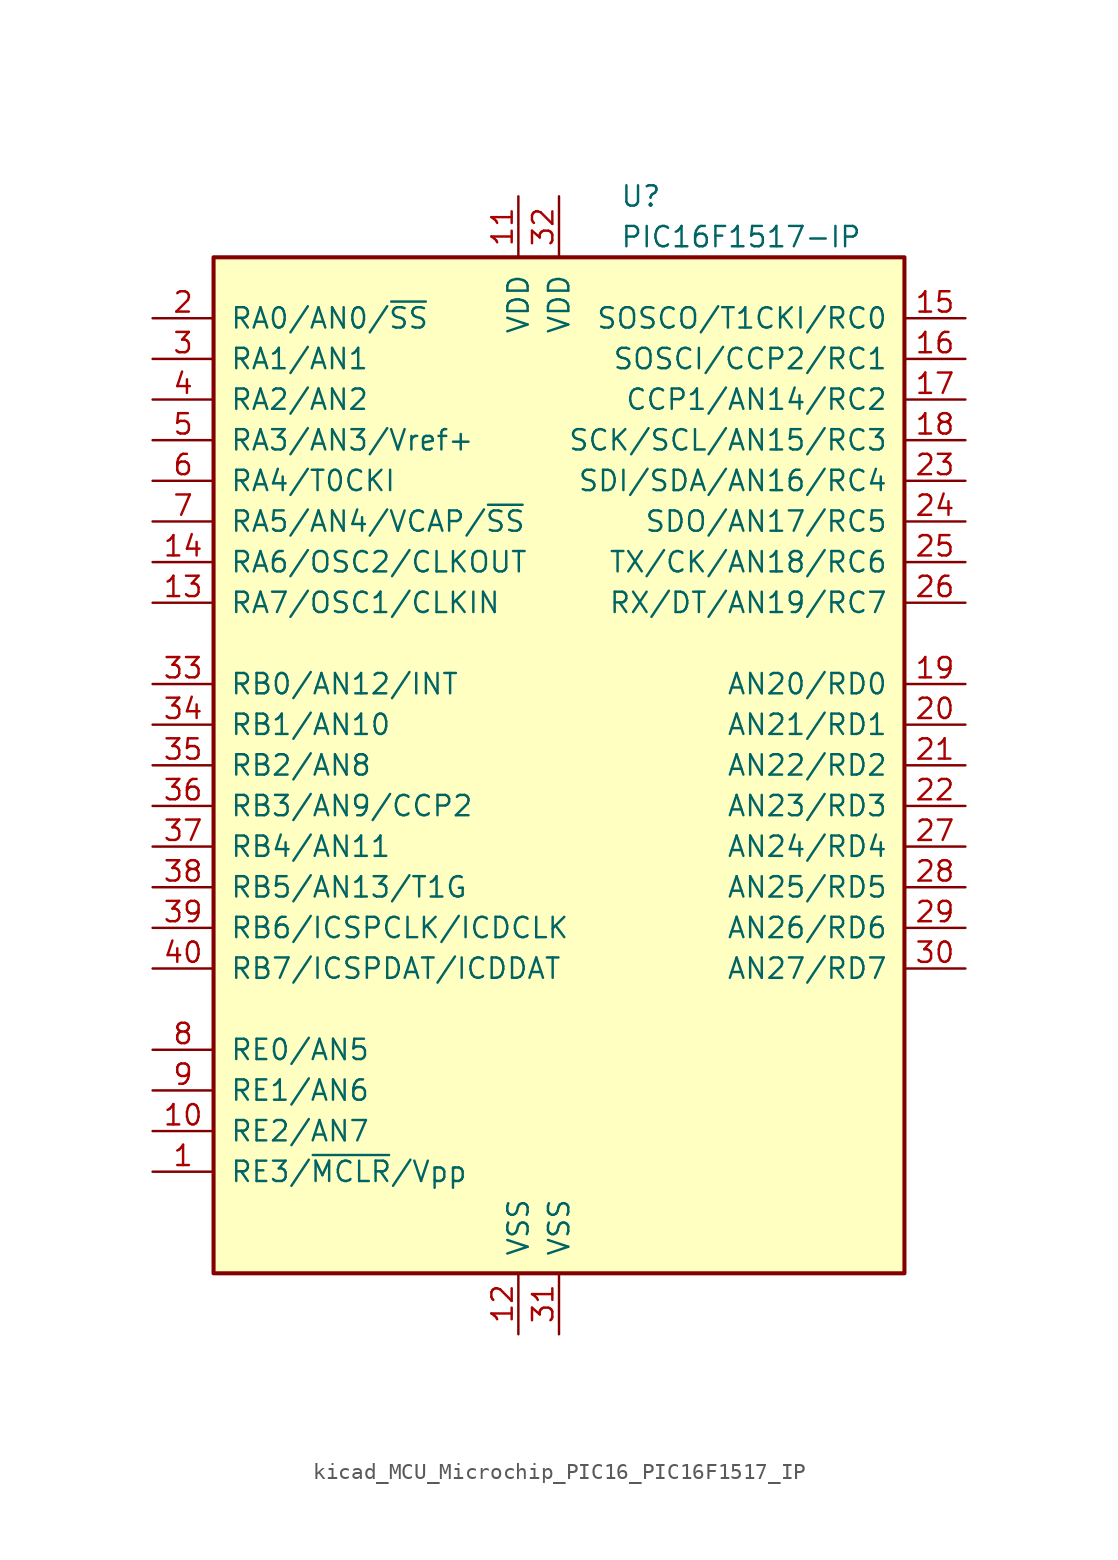
<source format=kicad_sym>
(kicad_symbol_lib
  (version 20220914)
  (generator kicad_symbol_editor)
  (symbol "kicad_MCU_Microchip_PIC16_PIC16F1517_IP"
    (pin_names
      (offset 1.016))
    (property "Reference" "U"
      (at 3.81 35.56 0)
      (effects (font (size 1.27 1.27)) (justify left)))
    (property "Value" "PIC16F1517-IP"
      (at 3.81 33.02 0)
      (effects (font (size 1.27 1.27)) (justify left)))
    (symbol "kicad_MCU_Microchip_PIC16_PIC16F1517_IP_0_1"
      (rectangle (start -21.59 31.75) (end 21.59 -31.75) (stroke (width 0.254) (type default)) (fill (type background))))
    (symbol "kicad_MCU_Microchip_PIC16_PIC16F1517_IP_1_1"
      (pin input line (at -25.4 -25.4 0) (length 3.81) (name "RE3/~{MCLR}/Vpp" (effects (font (size 1.27 1.27)))) (number "1" (effects (font (size 1.27 1.27)))))
      (pin bidirectional line (at -25.4 -22.86 0) (length 3.81) (name "RE2/AN7" (effects (font (size 1.27 1.27)))) (number "10" (effects (font (size 1.27 1.27)))))
      (pin power_in line (at -2.54 35.56 270) (length 3.81) (name "VDD" (effects (font (size 1.27 1.27)))) (number "11" (effects (font (size 1.27 1.27)))))
      (pin power_in line (at -2.54 -35.56 90) (length 3.81) (name "VSS" (effects (font (size 1.27 1.27)))) (number "12" (effects (font (size 1.27 1.27)))))
      (pin bidirectional line (at -25.4 10.16 0) (length 3.81) (name "RA7/OSC1/CLKIN" (effects (font (size 1.27 1.27)))) (number "13" (effects (font (size 1.27 1.27)))))
      (pin bidirectional line (at -25.4 12.7 0) (length 3.81) (name "RA6/OSC2/CLKOUT" (effects (font (size 1.27 1.27)))) (number "14" (effects (font (size 1.27 1.27)))))
      (pin bidirectional line (at 25.4 27.94 180) (length 3.81) (name "SOSCO/T1CKI/RC0" (effects (font (size 1.27 1.27)))) (number "15" (effects (font (size 1.27 1.27)))))
      (pin bidirectional line (at 25.4 25.4 180) (length 3.81) (name "SOSCI/CCP2/RC1" (effects (font (size 1.27 1.27)))) (number "16" (effects (font (size 1.27 1.27)))))
      (pin bidirectional line (at 25.4 22.86 180) (length 3.81) (name "CCP1/AN14/RC2" (effects (font (size 1.27 1.27)))) (number "17" (effects (font (size 1.27 1.27)))))
      (pin bidirectional line (at 25.4 20.32 180) (length 3.81) (name "SCK/SCL/AN15/RC3" (effects (font (size 1.27 1.27)))) (number "18" (effects (font (size 1.27 1.27)))))
      (pin bidirectional line (at 25.4 5.08 180) (length 3.81) (name "AN20/RD0" (effects (font (size 1.27 1.27)))) (number "19" (effects (font (size 1.27 1.27)))))
      (pin bidirectional line (at -25.4 27.94 0) (length 3.81) (name "RA0/AN0/~{SS}" (effects (font (size 1.27 1.27)))) (number "2" (effects (font (size 1.27 1.27)))))
      (pin bidirectional line (at 25.4 2.54 180) (length 3.81) (name "AN21/RD1" (effects (font (size 1.27 1.27)))) (number "20" (effects (font (size 1.27 1.27)))))
      (pin bidirectional line (at 25.4 0 180) (length 3.81) (name "AN22/RD2" (effects (font (size 1.27 1.27)))) (number "21" (effects (font (size 1.27 1.27)))))
      (pin bidirectional line (at 25.4 -2.54 180) (length 3.81) (name "AN23/RD3" (effects (font (size 1.27 1.27)))) (number "22" (effects (font (size 1.27 1.27)))))
      (pin bidirectional line (at 25.4 17.78 180) (length 3.81) (name "SDI/SDA/AN16/RC4" (effects (font (size 1.27 1.27)))) (number "23" (effects (font (size 1.27 1.27)))))
      (pin bidirectional line (at 25.4 15.24 180) (length 3.81) (name "SDO/AN17/RC5" (effects (font (size 1.27 1.27)))) (number "24" (effects (font (size 1.27 1.27)))))
      (pin bidirectional line (at 25.4 12.7 180) (length 3.81) (name "TX/CK/AN18/RC6" (effects (font (size 1.27 1.27)))) (number "25" (effects (font (size 1.27 1.27)))))
      (pin bidirectional line (at 25.4 10.16 180) (length 3.81) (name "RX/DT/AN19/RC7" (effects (font (size 1.27 1.27)))) (number "26" (effects (font (size 1.27 1.27)))))
      (pin bidirectional line (at 25.4 -5.08 180) (length 3.81) (name "AN24/RD4" (effects (font (size 1.27 1.27)))) (number "27" (effects (font (size 1.27 1.27)))))
      (pin bidirectional line (at 25.4 -7.62 180) (length 3.81) (name "AN25/RD5" (effects (font (size 1.27 1.27)))) (number "28" (effects (font (size 1.27 1.27)))))
      (pin bidirectional line (at 25.4 -10.16 180) (length 3.81) (name "AN26/RD6" (effects (font (size 1.27 1.27)))) (number "29" (effects (font (size 1.27 1.27)))))
      (pin bidirectional line (at -25.4 25.4 0) (length 3.81) (name "RA1/AN1" (effects (font (size 1.27 1.27)))) (number "3" (effects (font (size 1.27 1.27)))))
      (pin bidirectional line (at 25.4 -12.7 180) (length 3.81) (name "AN27/RD7" (effects (font (size 1.27 1.27)))) (number "30" (effects (font (size 1.27 1.27)))))
      (pin power_in line (at 0 -35.56 90) (length 3.81) (name "VSS" (effects (font (size 1.27 1.27)))) (number "31" (effects (font (size 1.27 1.27)))))
      (pin power_in line (at 0 35.56 270) (length 3.81) (name "VDD" (effects (font (size 1.27 1.27)))) (number "32" (effects (font (size 1.27 1.27)))))
      (pin bidirectional line (at -25.4 5.08 0) (length 3.81) (name "RB0/AN12/INT" (effects (font (size 1.27 1.27)))) (number "33" (effects (font (size 1.27 1.27)))))
      (pin bidirectional line (at -25.4 2.54 0) (length 3.81) (name "RB1/AN10" (effects (font (size 1.27 1.27)))) (number "34" (effects (font (size 1.27 1.27)))))
      (pin bidirectional line (at -25.4 0 0) (length 3.81) (name "RB2/AN8" (effects (font (size 1.27 1.27)))) (number "35" (effects (font (size 1.27 1.27)))))
      (pin bidirectional line (at -25.4 -2.54 0) (length 3.81) (name "RB3/AN9/CCP2" (effects (font (size 1.27 1.27)))) (number "36" (effects (font (size 1.27 1.27)))))
      (pin bidirectional line (at -25.4 -5.08 0) (length 3.81) (name "RB4/AN11" (effects (font (size 1.27 1.27)))) (number "37" (effects (font (size 1.27 1.27)))))
      (pin bidirectional line (at -25.4 -7.62 0) (length 3.81) (name "RB5/AN13/T1G" (effects (font (size 1.27 1.27)))) (number "38" (effects (font (size 1.27 1.27)))))
      (pin bidirectional line (at -25.4 -10.16 0) (length 3.81) (name "RB6/ICSPCLK/ICDCLK" (effects (font (size 1.27 1.27)))) (number "39" (effects (font (size 1.27 1.27)))))
      (pin bidirectional line (at -25.4 22.86 0) (length 3.81) (name "RA2/AN2" (effects (font (size 1.27 1.27)))) (number "4" (effects (font (size 1.27 1.27)))))
      (pin bidirectional line (at -25.4 -12.7 0) (length 3.81) (name "RB7/ICSPDAT/ICDDAT" (effects (font (size 1.27 1.27)))) (number "40" (effects (font (size 1.27 1.27)))))
      (pin bidirectional line (at -25.4 20.32 0) (length 3.81) (name "RA3/AN3/Vref+" (effects (font (size 1.27 1.27)))) (number "5" (effects (font (size 1.27 1.27)))))
      (pin bidirectional line (at -25.4 17.78 0) (length 3.81) (name "RA4/T0CKI" (effects (font (size 1.27 1.27)))) (number "6" (effects (font (size 1.27 1.27)))))
      (pin bidirectional line (at -25.4 15.24 0) (length 3.81) (name "RA5/AN4/VCAP/~{SS}" (effects (font (size 1.27 1.27)))) (number "7" (effects (font (size 1.27 1.27)))))
      (pin bidirectional line (at -25.4 -17.78 0) (length 3.81) (name "RE0/AN5" (effects (font (size 1.27 1.27)))) (number "8" (effects (font (size 1.27 1.27)))))
      (pin bidirectional line (at -25.4 -20.32 0) (length 3.81) (name "RE1/AN6" (effects (font (size 1.27 1.27)))) (number "9" (effects (font (size 1.27 1.27))))))))
</source>
